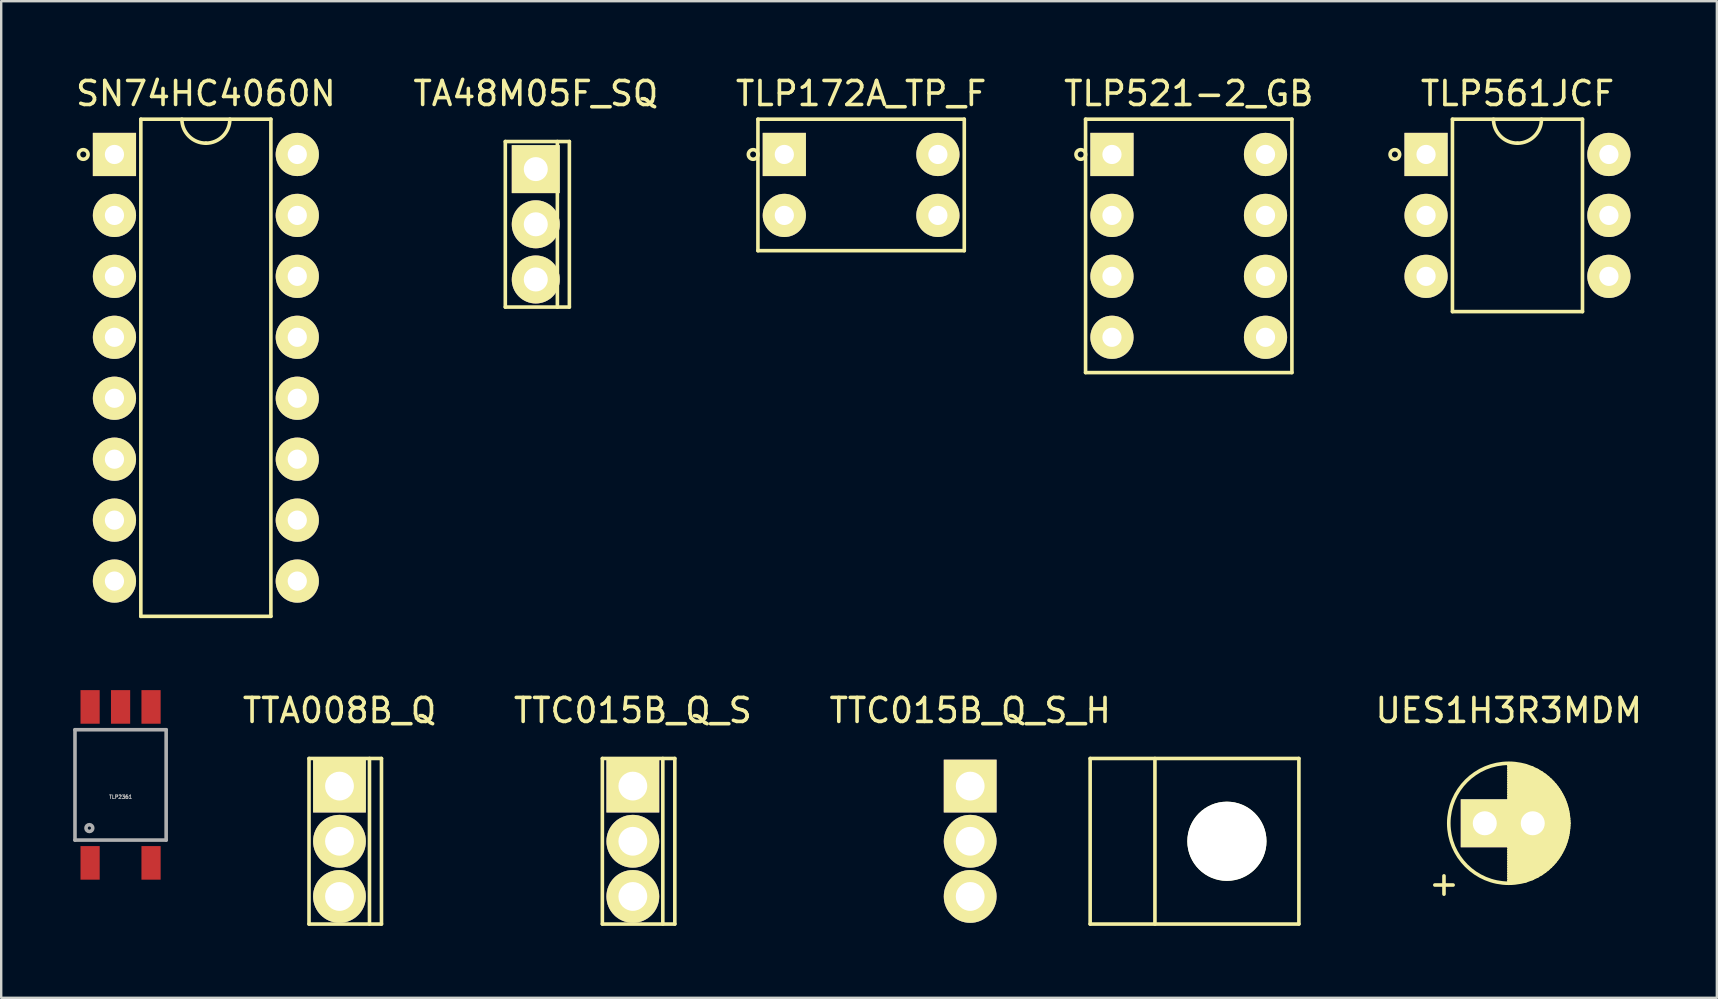
<source format=kicad_pcb>
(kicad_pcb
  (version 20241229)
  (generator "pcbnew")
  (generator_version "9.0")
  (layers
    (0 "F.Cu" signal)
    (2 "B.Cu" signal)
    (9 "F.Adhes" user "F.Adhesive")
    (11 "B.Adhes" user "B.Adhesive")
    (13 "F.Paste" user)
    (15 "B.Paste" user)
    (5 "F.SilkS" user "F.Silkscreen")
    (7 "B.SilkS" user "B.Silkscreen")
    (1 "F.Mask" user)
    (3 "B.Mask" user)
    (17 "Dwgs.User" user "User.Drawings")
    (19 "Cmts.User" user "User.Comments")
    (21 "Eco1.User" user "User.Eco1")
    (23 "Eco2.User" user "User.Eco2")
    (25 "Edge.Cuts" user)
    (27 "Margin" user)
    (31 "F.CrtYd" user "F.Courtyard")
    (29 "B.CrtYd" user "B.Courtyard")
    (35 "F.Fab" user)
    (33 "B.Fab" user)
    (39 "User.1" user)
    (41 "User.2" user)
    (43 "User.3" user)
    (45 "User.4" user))
  (footprint "TLP561JCF"
    (layer "F.Cu")
    (at 56.385 3.388)
    (property "Reference" "TLP561JCF" (at 3.81 -2.54 0) (layer "F.SilkS") (effects (font (size 1 1) (thickness 0.15))))
    (attr through_hole)
    (fp_line (start 1.1 -1.47) (end 6.52 -1.47) (stroke (width 0.15) (type solid)) (layer "F.SilkS"))
    (fp_line (start 1.1 6.55) (end 1.1 -1.47) (stroke (width 0.15) (type solid)) (layer "F.SilkS"))
    (fp_line (start 6.52 -1.47) (end 6.52 6.55) (stroke (width 0.15) (type solid)) (layer "F.SilkS"))
    (fp_line (start 6.52 6.55) (end 1.1 6.55) (stroke (width 0.15) (type solid)) (layer "F.SilkS"))
    (fp_arc (start 3.81 -0.47) (mid 3.102893 -0.762893) (end 2.81 -1.47) (stroke (width 0.15) (type solid)) (layer "F.SilkS"))
    (fp_arc (start 4.81 -1.47) (mid 4.517107 -0.762893) (end 3.81 -0.47) (stroke (width 0.15) (type solid)) (layer "F.SilkS"))
    (fp_circle (center -1.3 0) (end -1.3 0.2) (stroke (width 0.15) (type solid)) (fill no) (layer "F.SilkS"))
    (pad "1" thru_hole rect (at 0 0) (size 1.8 1.8) (drill 0.8) (layers "*.Cu" "*.Mask" "F.SilkS"))
    (pad "2" thru_hole circle (at 0 2.54) (size 1.8 1.8) (drill 0.8) (layers "*.Cu" "*.Mask" "F.SilkS"))
    (pad "3" thru_hole circle (at 0 5.08) (size 1.8 1.8) (drill 0.8) (layers "*.Cu" "*.Mask" "F.SilkS"))
    (pad "4" thru_hole circle (at 7.62 5.08) (size 1.8 1.8) (drill 0.8) (layers "*.Cu" "*.Mask" "F.SilkS"))
    (pad "5" thru_hole circle (at 7.62 2.54) (size 1.8 1.8) (drill 0.8) (layers "*.Cu" "*.Mask" "F.SilkS"))
    (pad "6" thru_hole circle (at 7.62 0) (size 1.8 1.8) (drill 0.8) (layers "*.Cu" "*.Mask" "F.SilkS")))
  (footprint "TLP521-2_GB"
    (layer "F.Cu")
    (at 43.294 3.388)
    (property "Reference" "TLP521-2_GB" (at 3.2 -2.54 0) (layer "F.SilkS") (effects (font (size 1 1) (thickness 0.15))))
    (attr through_hole)
    (fp_line (start -1.1 -1.47) (end 7.5 -1.47) (stroke (width 0.15) (type solid)) (layer "F.SilkS"))
    (fp_line (start -1.1 9.09) (end -1.1 -1.47) (stroke (width 0.15) (type solid)) (layer "F.SilkS"))
    (fp_line (start 7.5 -1.47) (end 7.5 9.09) (stroke (width 0.15) (type solid)) (layer "F.SilkS"))
    (fp_line (start 7.5 9.09) (end -1.1 9.09) (stroke (width 0.15) (type solid)) (layer "F.SilkS"))
    (fp_circle (center -1.3 0) (end -1.3 0.2) (stroke (width 0.15) (type solid)) (fill no) (layer "F.SilkS"))
    (pad "1" thru_hole rect (at 0 0) (size 1.8 1.8) (drill 0.8) (layers "*.Cu" "*.Mask" "F.SilkS"))
    (pad "2" thru_hole circle (at 0 2.54) (size 1.8 1.8) (drill 0.8) (layers "*.Cu" "*.Mask" "F.SilkS"))
    (pad "3" thru_hole circle (at 0 5.08) (size 1.8 1.8) (drill 0.8) (layers "*.Cu" "*.Mask" "F.SilkS"))
    (pad "4" thru_hole circle (at 0 7.62) (size 1.8 1.8) (drill 0.8) (layers "*.Cu" "*.Mask" "F.SilkS"))
    (pad "5" thru_hole circle (at 6.4 7.62) (size 1.8 1.8) (drill 0.8) (layers "*.Cu" "*.Mask" "F.SilkS"))
    (pad "6" thru_hole circle (at 6.4 5.08) (size 1.8 1.8) (drill 0.8) (layers "*.Cu" "*.Mask" "F.SilkS"))
    (pad "7" thru_hole circle (at 6.4 2.54) (size 1.8 1.8) (drill 0.8) (layers "*.Cu" "*.Mask" "F.SilkS"))
    (pad "8" thru_hole circle (at 6.4 0) (size 1.8 1.8) (drill 0.8) (layers "*.Cu" "*.Mask" "F.SilkS")))
  (footprint "UES1H3R3MDM"
    (layer "F.Cu")
    (at 58.832 31.262)
    (property "Reference" "UES1H3R3MDM" (at 1 -4.7 0) (layer "F.SilkS") (effects (font (size 1 1) (thickness 0.15))))
    (attr through_hole)
    (fp_line (start 1 -2.4) (end 1.7 -2.4) (stroke (width 0.15) (type solid)) (layer "F.SilkS"))
    (fp_line (start 1 -2.3) (end 1.98 -2.3) (stroke (width 0.15) (type solid)) (layer "F.SilkS"))
    (fp_line (start 1 -2.2) (end 2.187 -2.2) (stroke (width 0.15) (type solid)) (layer "F.SilkS"))
    (fp_line (start 1 -2.1) (end 2.356 -2.1) (stroke (width 0.15) (type solid)) (layer "F.SilkS"))
    (fp_line (start 1 -2) (end 2.5 -2) (stroke (width 0.15) (type solid)) (layer "F.SilkS"))
    (fp_line (start 1 -1.9) (end 2.625 -1.9) (stroke (width 0.15) (type solid)) (layer "F.SilkS"))
    (fp_line (start 1 -1.8) (end 2.735 -1.8) (stroke (width 0.15) (type solid)) (layer "F.SilkS"))
    (fp_line (start 1 -1.7) (end 2.833 -1.7) (stroke (width 0.15) (type solid)) (layer "F.SilkS"))
    (fp_line (start 1 -1.6) (end 2.921 -1.6) (stroke (width 0.15) (type solid)) (layer "F.SilkS"))
    (fp_line (start 1 -1.5) (end 3 -1.5) (stroke (width 0.15) (type solid)) (layer "F.SilkS"))
    (fp_line (start 1 -1.4) (end 3.071 -1.4) (stroke (width 0.15) (type solid)) (layer "F.SilkS"))
    (fp_line (start 1 -1.3) (end 3.135 -1.3) (stroke (width 0.15) (type solid)) (layer "F.SilkS"))
    (fp_line (start 1 -1.2) (end 3.193 -1.2) (stroke (width 0.15) (type solid)) (layer "F.SilkS"))
    (fp_line (start 1 -1.1) (end 3.245 -1.1) (stroke (width 0.15) (type solid)) (layer "F.SilkS"))
    (fp_line (start 1 -1) (end 3.291 -1) (stroke (width 0.15) (type solid)) (layer "F.SilkS"))
    (fp_line (start 1 -0.9) (end 3.332 -0.9) (stroke (width 0.15) (type solid)) (layer "F.SilkS"))
    (fp_line (start 1 -0.8) (end 3.369 -0.8) (stroke (width 0.15) (type solid)) (layer "F.SilkS"))
    (fp_line (start 1 -0.7) (end 3.4 -0.7) (stroke (width 0.15) (type solid)) (layer "F.SilkS"))
    (fp_line (start 1 -0.6) (end 3.427 -0.6) (stroke (width 0.15) (type solid)) (layer "F.SilkS"))
    (fp_line (start 1 -0.5) (end 3.449 -0.5) (stroke (width 0.15) (type solid)) (layer "F.SilkS"))
    (fp_line (start 1 -0.4) (end 3.468 -0.4) (stroke (width 0.15) (type solid)) (layer "F.SilkS"))
    (fp_line (start 1 -0.3) (end 3.482 -0.3) (stroke (width 0.15) (type solid)) (layer "F.SilkS"))
    (fp_line (start 1 -0.2) (end 3.492 -0.2) (stroke (width 0.15) (type solid)) (layer "F.SilkS"))
    (fp_line (start 1 -0.1) (end 3.498 -0.1) (stroke (width 0.15) (type solid)) (layer "F.SilkS"))
    (fp_line (start 1 0) (end 3.5 0) (stroke (width 0.15) (type solid)) (layer "F.SilkS"))
    (fp_line (start 1 0) (end 3.5 0) (stroke (width 0.15) (type solid)) (layer "F.SilkS"))
    (fp_line (start 1 0.1) (end 3.498 0.1) (stroke (width 0.15) (type solid)) (layer "F.SilkS"))
    (fp_line (start 1 0.2) (end 3.492 0.2) (stroke (width 0.15) (type solid)) (layer "F.SilkS"))
    (fp_line (start 1 0.3) (end 3.482 0.3) (stroke (width 0.15) (type solid)) (layer "F.SilkS"))
    (fp_line (start 1 0.4) (end 3.468 0.4) (stroke (width 0.15) (type solid)) (layer "F.SilkS"))
    (fp_line (start 1 0.5) (end 3.449 0.5) (stroke (width 0.15) (type solid)) (layer "F.SilkS"))
    (fp_line (start 1 0.6) (end 3.427 0.6) (stroke (width 0.15) (type solid)) (layer "F.SilkS"))
    (fp_line (start 1 0.7) (end 3.4 0.7) (stroke (width 0.15) (type solid)) (layer "F.SilkS"))
    (fp_line (start 1 0.8) (end 3.369 0.8) (stroke (width 0.15) (type solid)) (layer "F.SilkS"))
    (fp_line (start 1 0.9) (end 3.332 0.9) (stroke (width 0.15) (type solid)) (layer "F.SilkS"))
    (fp_line (start 1 1) (end 3.291 1) (stroke (width 0.15) (type solid)) (layer "F.SilkS"))
    (fp_line (start 1 1.1) (end 3.245 1.1) (stroke (width 0.15) (type solid)) (layer "F.SilkS"))
    (fp_line (start 1 1.2) (end 3.193 1.2) (stroke (width 0.15) (type solid)) (layer "F.SilkS"))
    (fp_line (start 1 1.3) (end 3.135 1.3) (stroke (width 0.15) (type solid)) (layer "F.SilkS"))
    (fp_line (start 1 1.4) (end 3.071 1.4) (stroke (width 0.15) (type solid)) (layer "F.SilkS"))
    (fp_line (start 1 1.5) (end 3 1.5) (stroke (width 0.15) (type solid)) (layer "F.SilkS"))
    (fp_line (start 1 1.6) (end 2.921 1.6) (stroke (width 0.15) (type solid)) (layer "F.SilkS"))
    (fp_line (start 1 1.7) (end 2.833 1.7) (stroke (width 0.15) (type solid)) (layer "F.SilkS"))
    (fp_line (start 1 1.8) (end 2.735 1.8) (stroke (width 0.15) (type solid)) (layer "F.SilkS"))
    (fp_line (start 1 1.9) (end 2.625 1.9) (stroke (width 0.15) (type solid)) (layer "F.SilkS"))
    (fp_line (start 1 2) (end 2.5 2) (stroke (width 0.15) (type solid)) (layer "F.SilkS"))
    (fp_line (start 1 2.1) (end 2.356 2.1) (stroke (width 0.15) (type solid)) (layer "F.SilkS"))
    (fp_line (start 1 2.2) (end 2.187 2.2) (stroke (width 0.15) (type solid)) (layer "F.SilkS"))
    (fp_line (start 1 2.3) (end 1.98 2.3) (stroke (width 0.15) (type solid)) (layer "F.SilkS"))
    (fp_line (start 1 2.4) (end 1.7 2.4) (stroke (width 0.15) (type solid)) (layer "F.SilkS"))
    (fp_circle (center 1 0) (end 1 -2.5) (stroke (width 0.15) (type solid)) (fill no) (layer "F.SilkS"))
    (fp_text user "+" (at -1.7 2.5 0) (layer "F.SilkS") (effects (font (size 1 1) (thickness 0.15))))
    (pad "1" thru_hole rect (at 0 0) (size 2 2) (drill 1) (layers "*.Cu" "*.Mask" "F.SilkS"))
    (pad "2" thru_hole circle (at 2 0) (size 2 2) (drill 1) (layers "*.Cu" "*.Mask" "F.SilkS")))
  (footprint "SN74HC4060N"
    (layer "F.Cu")
    (at 1.72 3.388)
    (property "Reference" "SN74HC4060N" (at 3.81 -2.54 0) (layer "F.SilkS") (effects (font (size 1 1) (thickness 0.15))))
    (attr through_hole)
    (fp_line (start 1.1 -1.47) (end 6.52 -1.47) (stroke (width 0.15) (type solid)) (layer "F.SilkS"))
    (fp_line (start 1.1 19.25) (end 1.1 -1.47) (stroke (width 0.15) (type solid)) (layer "F.SilkS"))
    (fp_line (start 6.52 -1.47) (end 6.52 19.25) (stroke (width 0.15) (type solid)) (layer "F.SilkS"))
    (fp_line (start 6.52 19.25) (end 1.1 19.25) (stroke (width 0.15) (type solid)) (layer "F.SilkS"))
    (fp_arc (start 3.81 -0.47) (mid 3.102893 -0.762893) (end 2.81 -1.47) (stroke (width 0.15) (type solid)) (layer "F.SilkS"))
    (fp_arc (start 4.81 -1.47) (mid 4.517107 -0.762893) (end 3.81 -0.47) (stroke (width 0.15) (type solid)) (layer "F.SilkS"))
    (fp_circle (center -1.3 0) (end -1.3 0.2) (stroke (width 0.15) (type solid)) (fill no) (layer "F.SilkS"))
    (pad "1" thru_hole rect (at 0 0) (size 1.8 1.8) (drill 0.8) (layers "*.Cu" "*.Mask" "F.SilkS"))
    (pad "2" thru_hole circle (at 0 2.54) (size 1.8 1.8) (drill 0.8) (layers "*.Cu" "*.Mask" "F.SilkS"))
    (pad "3" thru_hole circle (at 0 5.08) (size 1.8 1.8) (drill 0.8) (layers "*.Cu" "*.Mask" "F.SilkS"))
    (pad "4" thru_hole circle (at 0 7.62) (size 1.8 1.8) (drill 0.8) (layers "*.Cu" "*.Mask" "F.SilkS"))
    (pad "5" thru_hole circle (at 0 10.16) (size 1.8 1.8) (drill 0.8) (layers "*.Cu" "*.Mask" "F.SilkS"))
    (pad "6" thru_hole circle (at 0 12.7) (size 1.8 1.8) (drill 0.8) (layers "*.Cu" "*.Mask" "F.SilkS"))
    (pad "7" thru_hole circle (at 0 15.24) (size 1.8 1.8) (drill 0.8) (layers "*.Cu" "*.Mask" "F.SilkS"))
    (pad "8" thru_hole circle (at 0 17.78) (size 1.8 1.8) (drill 0.8) (layers "*.Cu" "*.Mask" "F.SilkS"))
    (pad "9" thru_hole circle (at 7.62 17.78) (size 1.8 1.8) (drill 0.8) (layers "*.Cu" "*.Mask" "F.SilkS"))
    (pad "10" thru_hole circle (at 7.62 15.24) (size 1.8 1.8) (drill 0.8) (layers "*.Cu" "*.Mask" "F.SilkS"))
    (pad "11" thru_hole circle (at 7.62 12.7) (size 1.8 1.8) (drill 0.8) (layers "*.Cu" "*.Mask" "F.SilkS"))
    (pad "12" thru_hole circle (at 7.62 10.16) (size 1.8 1.8) (drill 0.8) (layers "*.Cu" "*.Mask" "F.SilkS"))
    (pad "13" thru_hole circle (at 7.62 7.62) (size 1.8 1.8) (drill 0.8) (layers "*.Cu" "*.Mask" "F.SilkS"))
    (pad "14" thru_hole circle (at 7.62 5.08) (size 1.8 1.8) (drill 0.8) (layers "*.Cu" "*.Mask" "F.SilkS"))
    (pad "15" thru_hole circle (at 7.62 2.54) (size 1.8 1.8) (drill 0.8) (layers "*.Cu" "*.Mask" "F.SilkS"))
    (pad "16" thru_hole circle (at 7.62 0) (size 1.8 1.8) (drill 0.8) (layers "*.Cu" "*.Mask" "F.SilkS")))
  (footprint "TA48M05F_SQ"
    (layer "F.Cu")
    (at 19.28 3.998)
    (property "Reference" "TA48M05F_SQ" (at 0 -3.15 0) (layer "F.SilkS") (effects (font (size 1 1) (thickness 0.15))))
    (attr through_hole)
    (fp_line (start -1.27 -1.15) (end -1.27 5.75) (stroke (width 0.15) (type solid)) (layer "F.SilkS"))
    (fp_line (start -1.27 -1.15) (end 1.4 -1.15) (stroke (width 0.15) (type solid)) (layer "F.SilkS"))
    (fp_line (start -1.27 5.75) (end 1.4 5.75) (stroke (width 0.15) (type solid)) (layer "F.SilkS"))
    (fp_line (start 0.9 -1.15) (end 0.9 5.75) (stroke (width 0.15) (type solid)) (layer "F.SilkS"))
    (fp_line (start 1.4 -1.15) (end 1.4 5.75) (stroke (width 0.15) (type solid)) (layer "F.SilkS"))
    (pad "1" thru_hole rect (at 0 0) (size 2 2) (drill 1) (layers "*.Cu" "*.Mask" "F.SilkS"))
    (pad "2" thru_hole circle (at 0 2.3) (size 2 2) (drill 1) (layers "*.Cu" "*.Mask" "F.SilkS"))
    (pad "3" thru_hole circle (at 0 4.6) (size 2 2) (drill 1) (layers "*.Cu" "*.Mask" "F.SilkS")))
  (footprint "TLP172A_TP_F"
    (layer "F.Cu")
    (at 29.639 3.388)
    (property "Reference" "TLP172A_TP_F" (at 3.2 -2.54 0) (layer "F.SilkS") (effects (font (size 1 1) (thickness 0.15))))
    (attr through_hole)
    (fp_line (start -1.1 -1.47) (end 7.5 -1.47) (stroke (width 0.15) (type solid)) (layer "F.SilkS"))
    (fp_line (start -1.1 4.01) (end -1.1 -1.47) (stroke (width 0.15) (type solid)) (layer "F.SilkS"))
    (fp_line (start 7.5 -1.47) (end 7.5 4.01) (stroke (width 0.15) (type solid)) (layer "F.SilkS"))
    (fp_line (start 7.5 4.01) (end -1.1 4.01) (stroke (width 0.15) (type solid)) (layer "F.SilkS"))
    (fp_circle (center -1.3 0) (end -1.3 0.2) (stroke (width 0.15) (type solid)) (fill no) (layer "F.SilkS"))
    (pad "1" thru_hole rect (at 0 0) (size 1.8 1.8) (drill 0.8) (layers "*.Cu" "*.Mask" "F.SilkS"))
    (pad "2" thru_hole circle (at 0 2.54) (size 1.8 1.8) (drill 0.8) (layers "*.Cu" "*.Mask" "F.SilkS"))
    (pad "3" thru_hole circle (at 6.4 2.54) (size 1.8 1.8) (drill 0.8) (layers "*.Cu" "*.Mask" "F.SilkS"))
    (pad "4" thru_hole circle (at 6.4 0) (size 1.8 1.8) (drill 0.8) (layers "*.Cu" "*.Mask" "F.SilkS")))
  (footprint "TTC015B_Q_S_H"
    (layer "F.Cu")
    (at 37.385 29.712)
    (property "Reference" "TTC015B_Q_S_H" (at 0 -3.15 0) (layer "F.SilkS") (effects (font (size 1 1) (thickness 0.15))))
    (attr through_hole)
    (fp_line (start 5 -1.15) (end 5 5.75) (stroke (width 0.15) (type solid)) (layer "F.SilkS"))
    (fp_line (start 5 -1.15) (end 13.7 -1.15) (stroke (width 0.15) (type solid)) (layer "F.SilkS"))
    (fp_line (start 5 5.75) (end 13.7 5.75) (stroke (width 0.15) (type solid)) (layer "F.SilkS"))
    (fp_line (start 7.7 -1.15) (end 7.7 5.75) (stroke (width 0.15) (type solid)) (layer "F.SilkS"))
    (fp_line (start 13.7 -1.15) (end 13.7 5.75) (stroke (width 0.15) (type solid)) (layer "F.SilkS"))
    (pad "" np_thru_hole circle (at 10.7 2.3) (size 3.3 3.3) (drill 3.3) (layers "*.Cu" "*.Mask" "F.SilkS"))
    (pad "1" thru_hole rect (at 0 0) (size 2.2 2.2) (drill 1.2) (layers "*.Cu" "*.Mask" "F.SilkS"))
    (pad "2" thru_hole circle (at 0 2.3) (size 2.2 2.2) (drill 1.2) (layers "*.Cu" "*.Mask" "F.SilkS"))
    (pad "3" thru_hole circle (at 0 4.6) (size 2.2 2.2) (drill 1.2) (layers "*.Cu" "*.Mask" "F.SilkS")))
  (footprint "TTA008B_Q"
    (layer "F.Cu")
    (at 11.099 29.712)
    (property "Reference" "TTA008B_Q" (at 0 -3.15 0) (layer "F.SilkS") (effects (font (size 1 1) (thickness 0.15))))
    (attr through_hole)
    (fp_line (start -1.27 -1.15) (end -1.27 5.75) (stroke (width 0.15) (type solid)) (layer "F.SilkS"))
    (fp_line (start -1.27 -1.15) (end 1.75 -1.15) (stroke (width 0.15) (type solid)) (layer "F.SilkS"))
    (fp_line (start -1.27 5.75) (end 1.75 5.75) (stroke (width 0.15) (type solid)) (layer "F.SilkS"))
    (fp_line (start 1.25 -1.15) (end 1.25 5.75) (stroke (width 0.15) (type solid)) (layer "F.SilkS"))
    (fp_line (start 1.75 -1.15) (end 1.75 5.75) (stroke (width 0.15) (type solid)) (layer "F.SilkS"))
    (pad "1" thru_hole rect (at 0 0) (size 2.2 2.2) (drill 1.2) (layers "*.Cu" "*.Mask" "F.SilkS"))
    (pad "2" thru_hole circle (at 0 2.3) (size 2.2 2.2) (drill 1.2) (layers "*.Cu" "*.Mask" "F.SilkS"))
    (pad "3" thru_hole circle (at 0 4.6) (size 2.2 2.2) (drill 1.2) (layers "*.Cu" "*.Mask" "F.SilkS")))
  (footprint "TTC015B_Q_S"
    (layer "F.Cu")
    (at 23.325 29.712)
    (property "Reference" "TTC015B_Q_S" (at 0 -3.15 0) (layer "F.SilkS") (effects (font (size 1 1) (thickness 0.15))))
    (attr through_hole)
    (fp_line (start -1.27 -1.15) (end -1.27 5.75) (stroke (width 0.15) (type solid)) (layer "F.SilkS"))
    (fp_line (start -1.27 -1.15) (end 1.75 -1.15) (stroke (width 0.15) (type solid)) (layer "F.SilkS"))
    (fp_line (start -1.27 5.75) (end 1.75 5.75) (stroke (width 0.15) (type solid)) (layer "F.SilkS"))
    (fp_line (start 1.25 -1.15) (end 1.25 5.75) (stroke (width 0.15) (type solid)) (layer "F.SilkS"))
    (fp_line (start 1.75 -1.15) (end 1.75 5.75) (stroke (width 0.15) (type solid)) (layer "F.SilkS"))
    (pad "1" thru_hole rect (at 0 0) (size 2.2 2.2) (drill 1.2) (layers "*.Cu" "*.Mask" "F.SilkS"))
    (pad "2" thru_hole circle (at 0 2.3) (size 2.2 2.2) (drill 1.2) (layers "*.Cu" "*.Mask" "F.SilkS"))
    (pad "3" thru_hole circle (at 0 4.6) (size 2.2 2.2) (drill 1.2) (layers "*.Cu" "*.Mask" "F.SilkS")))
  (footprint "TLP2361"
    (layer "F.Cu")
    (at 1.975 29.663)
    (property "Reference" "TLP2361" (at 0 0.5 0) (layer "F.Fab") (effects (font (size 0.15 0.15) (thickness 0.037))))
    (attr smd)
    (fp_line (start -1.9 -2.3) (end 1.9 -2.3) (stroke (width 0.15) (type solid)) (layer "F.Fab"))
    (fp_line (start -1.9 2.3) (end -1.9 -2.3) (stroke (width 0.15) (type solid)) (layer "F.Fab"))
    (fp_line (start 1.9 -2.3) (end 1.9 2.3) (stroke (width 0.15) (type solid)) (layer "F.Fab"))
    (fp_line (start 1.9 2.3) (end -1.9 2.3) (stroke (width 0.15) (type solid)) (layer "F.Fab"))
    (fp_circle (center -1.3 1.8) (end -1.2 1.9) (stroke (width 0.15) (type solid)) (fill no) (layer "F.Fab"))
    (pad "1" smd rect (at -1.27 3.25) (size 0.8 1.4) (layers "F.Cu" "F.Mask" "F.Paste"))
    (pad "3" smd rect (at 1.27 3.25) (size 0.8 1.4) (layers "F.Cu" "F.Mask" "F.Paste"))
    (pad "4" smd rect (at 1.27 -3.25) (size 0.8 1.4) (layers "F.Cu" "F.Mask" "F.Paste"))
    (pad "5" smd rect (at 0 -3.25) (size 0.8 1.4) (layers "F.Cu" "F.Mask" "F.Paste"))
    (pad "6" smd rect (at -1.27 -3.25) (size 0.8 1.4) (layers "F.Cu" "F.Mask" "F.Paste")))
  (gr_rect
    (start -3 -3)
    (end 68.505 38.536)
    (stroke (width 0.1) (type default))
    (fill no)
    (layer "Edge.Cuts")))
</source>
